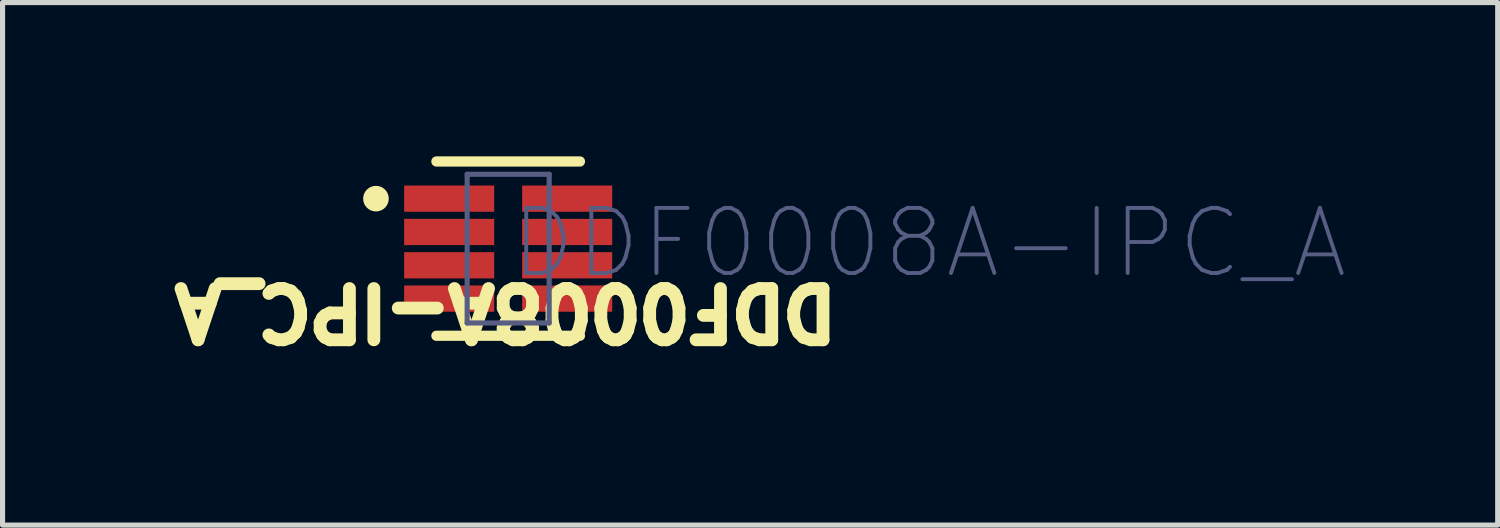
<source format=kicad_pcb>
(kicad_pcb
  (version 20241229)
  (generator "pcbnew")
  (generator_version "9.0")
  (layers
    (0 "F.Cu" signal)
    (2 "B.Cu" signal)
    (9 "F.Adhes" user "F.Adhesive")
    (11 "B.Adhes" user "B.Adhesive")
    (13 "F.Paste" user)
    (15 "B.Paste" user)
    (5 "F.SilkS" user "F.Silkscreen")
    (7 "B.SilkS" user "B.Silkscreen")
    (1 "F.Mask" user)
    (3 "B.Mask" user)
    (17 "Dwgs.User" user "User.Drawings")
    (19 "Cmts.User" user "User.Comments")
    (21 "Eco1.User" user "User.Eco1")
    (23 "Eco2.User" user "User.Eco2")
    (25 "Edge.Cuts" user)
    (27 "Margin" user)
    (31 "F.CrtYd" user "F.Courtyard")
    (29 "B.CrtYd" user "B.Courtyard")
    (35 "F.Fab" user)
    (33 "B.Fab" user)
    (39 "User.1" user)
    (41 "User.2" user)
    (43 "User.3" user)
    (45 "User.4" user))
  (footprint "DDF0008A-IPC_A"
    (layer "F.Cu")
    (at 6.863 1.8)
    (property "Reference" "DDF0008A-IPC_A" (at 6.544 0.643 180) (unlocked yes) (layer "F.SilkS") (effects (font (size 1 1) (thickness 0.254)) (justify left bottom)))
    (fp_line (start -1.4 -1.7) (end 1.4 -1.7) (stroke (width 0.2) (type solid)) (layer "F.SilkS"))
    (fp_line (start -1.4 1.7) (end 1.4 1.7) (stroke (width 0.2) (type solid)) (layer "F.SilkS"))
    (fp_circle (center -2.579 -0.975) (end -2.454 -0.975) (stroke (width 0.25) (type solid)) (fill no) (layer "F.SilkS"))
    (fp_line (start -0.8 -1.45) (end -0.8 1.45) (stroke (width 0.1) (type solid)) (layer "B.Fab"))
    (fp_line (start -0.8 -1.45) (end 0.8 -1.45) (stroke (width 0.1) (type solid)) (layer "B.Fab"))
    (fp_line (start -0.8 1.45) (end 0.8 1.45) (stroke (width 0.1) (type solid)) (layer "B.Fab"))
    (fp_line (start 0.8 -1.45) (end 0.8 1.45) (stroke (width 0.1) (type solid)) (layer "B.Fab"))
    (fp_text user "${REFERENCE}" (at 0 0.635 0) (unlocked yes) (layer "B.Fab") (effects (font (size 1.27 1.27) (thickness 0.076)) (justify left bottom)))
    (pad "1" smd rect (at -1.151 -0.975) (size 1.757 0.512) (layers "F.Cu" "F.Mask" "F.Paste"))
    (pad "2" smd rect (at -1.151 -0.325) (size 1.757 0.512) (layers "F.Cu" "F.Mask" "F.Paste"))
    (pad "3" smd rect (at -1.151 0.325) (size 1.757 0.512) (layers "F.Cu" "F.Mask" "F.Paste"))
    (pad "4" smd rect (at -1.151 0.975) (size 1.757 0.512) (layers "F.Cu" "F.Mask" "F.Paste"))
    (pad "5" smd rect (at 1.151 0.975) (size 1.757 0.512) (layers "F.Cu" "F.Mask" "F.Paste"))
    (pad "6" smd rect (at 1.151 0.325) (size 1.757 0.512) (layers "F.Cu" "F.Mask" "F.Paste"))
    (pad "7" smd rect (at 1.151 -0.325) (size 1.757 0.512) (layers "F.Cu" "F.Mask" "F.Paste"))
    (pad "8" smd rect (at 1.151 -0.975) (size 1.757 0.512) (layers "F.Cu" "F.Mask" "F.Paste")))
  (gr_rect
    (start -3 -3)
    (end 26.166 7.193)
    (stroke (width 0.1) (type default))
    (fill no)
    (layer "Edge.Cuts")))
</source>
